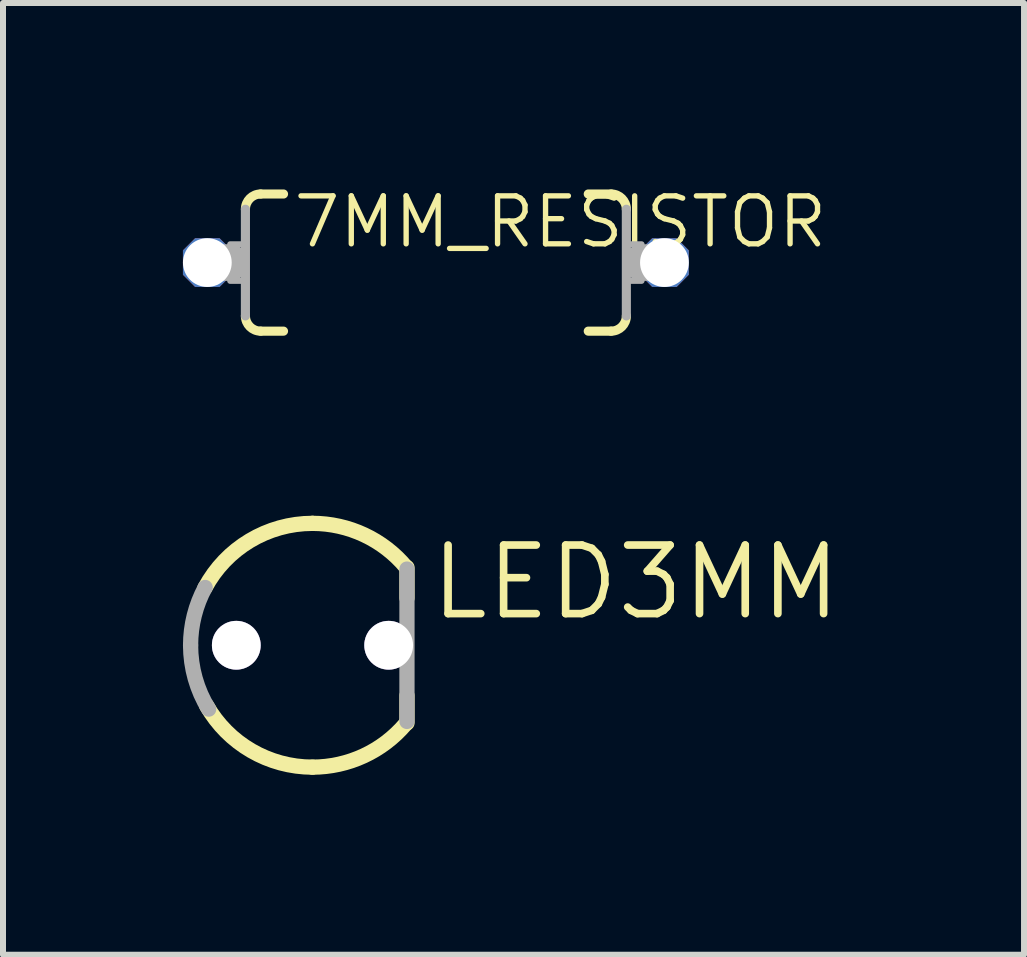
<source format=kicad_pcb>
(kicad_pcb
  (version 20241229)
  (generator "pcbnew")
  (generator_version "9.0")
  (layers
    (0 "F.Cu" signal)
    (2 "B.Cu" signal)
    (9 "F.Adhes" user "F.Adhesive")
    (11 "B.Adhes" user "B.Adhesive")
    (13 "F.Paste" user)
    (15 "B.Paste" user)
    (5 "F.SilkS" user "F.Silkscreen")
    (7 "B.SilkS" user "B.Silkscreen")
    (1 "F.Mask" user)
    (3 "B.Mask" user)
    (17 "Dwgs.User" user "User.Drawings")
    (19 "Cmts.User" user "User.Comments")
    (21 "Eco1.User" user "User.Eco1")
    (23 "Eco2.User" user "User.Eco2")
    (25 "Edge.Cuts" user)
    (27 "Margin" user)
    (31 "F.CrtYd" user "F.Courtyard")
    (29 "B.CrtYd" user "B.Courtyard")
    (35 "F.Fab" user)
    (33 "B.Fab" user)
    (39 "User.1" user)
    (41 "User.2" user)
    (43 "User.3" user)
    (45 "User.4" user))
  (footprint "LED3MM"
    (layer "F.Cu")
    (at 2.159 7.706)
    (property "Reference" "LED3MM" (at 1.905 -0.381 0) (layer "F.SilkS") (effects (font (size 1.143 1.143) (thickness 0.127)) (justify left bottom)))
    (fp_line (start 1.575 -1.295) (end 1.575 -0.787) (stroke (width 0.254) (type solid)) (layer "F.SilkS"))
    (fp_line (start 1.575 1.295) (end 1.575 0.838) (stroke (width 0.254) (type solid)) (layer "F.SilkS"))
    (fp_arc (start -1.7929 -0.9562) (mid -1.045438 -1.7424) (end 0 -2.032) (stroke (width 0.254) (type solid)) (layer "F.SilkS"))
    (fp_arc (start 0 -2.032) (mid 0.861864 -1.840173) (end 1.561 -1.3009) (stroke (width 0.254) (type solid)) (layer "F.SilkS"))
    (fp_arc (start 0 2.032) (mid -1.019924 1.757525) (end -1.7643 1.0082) (stroke (width 0.254) (type solid)) (layer "F.SilkS"))
    (fp_arc (start 1.5512 1.3126) (mid 0.854953 1.843405) (end 0 2.032) (stroke (width 0.254) (type solid)) (layer "F.SilkS"))
    (fp_line (start 1.575 1.27) (end 1.575 -1.27) (stroke (width 0.254) (type solid)) (layer "F.Fab"))
    (fp_arc (start -2.032 0) (mid -1.970339 -0.496775) (end -1.7891 -0.9634) (stroke (width 0.254) (type solid)) (layer "F.Fab"))
    (fp_arc (start -1.7306 1.065) (mid -1.95521 0.553417) (end -2.032 0) (stroke (width 0.254) (type solid)) (layer "F.Fab"))
    (pad "A" thru_hole circle (at -1.27 0) (size 0.813 0.813) (drill 0.813) (layers "*.Cu" "*.Mask"))
    (pad "K" thru_hole circle (at 1.27 0) (size 0.813 0.813) (drill 0.813) (layers "*.Cu" "*.Mask")))
  (footprint "7MM_RESISTOR"
    (layer "F.Cu")
    (at 4.216 1.327)
    (property "Reference" "7MM_RESISTOR" (at -2.421 -1.146 0) (layer "F.SilkS") (effects (font (size 0.8 0.8) (thickness 0.089)) (justify left top)))
    (fp_line (start -2.921 -1.143) (end -2.54 -1.143) (stroke (width 0.152) (type solid)) (layer "F.SilkS"))
    (fp_line (start -2.921 1.143) (end -2.54 1.143) (stroke (width 0.152) (type solid)) (layer "F.SilkS"))
    (fp_line (start 2.921 -1.143) (end 2.54 -1.143) (stroke (width 0.152) (type solid)) (layer "F.SilkS"))
    (fp_line (start 2.921 1.143) (end 2.54 1.143) (stroke (width 0.152) (type solid)) (layer "F.SilkS"))
    (fp_arc (start -3.175 -0.889) (mid -3.100605 -1.068605) (end -2.921 -1.143) (stroke (width 0.1524) (type solid)) (layer "F.SilkS"))
    (fp_arc (start -2.921 1.143) (mid -3.100605 1.068605) (end -3.175 0.889) (stroke (width 0.1524) (type solid)) (layer "F.SilkS"))
    (fp_arc (start 2.921 -1.143) (mid 3.100605 -1.068605) (end 3.175 -0.889) (stroke (width 0.1524) (type solid)) (layer "F.SilkS"))
    (fp_arc (start 3.175 0.889) (mid 3.100605 1.068605) (end 2.921 1.143) (stroke (width 0.1524) (type solid)) (layer "F.SilkS"))
    (fp_line (start -3.81 0) (end -3.429 0) (stroke (width 0.61) (type solid)) (layer "F.Fab"))
    (fp_line (start -3.175 0.889) (end -3.175 -0.889) (stroke (width 0.152) (type solid)) (layer "F.Fab"))
    (fp_line (start 3.175 0.889) (end 3.175 -0.889) (stroke (width 0.152) (type solid)) (layer "F.Fab"))
    (fp_line (start 3.429 0) (end 3.81 0) (stroke (width 0.61) (type solid)) (layer "F.Fab"))
    (fp_poly (pts (xy -3.429 0.305) (xy -3.175 0.305) (xy -3.175 -0.305) (xy -3.429 -0.305)) (stroke (width 0.1) (type solid)) (fill no) (layer "F.Fab"))
    (fp_poly (pts (xy 3.175 0.305) (xy 3.429 0.305) (xy 3.429 -0.305) (xy 3.175 -0.305)) (stroke (width 0.1) (type solid)) (fill no) (layer "F.Fab"))
    (pad "1" thru_hole roundrect (at -3.81 0) (size 0.813 0.813) (drill 0.813) (layers "*.Cu" "*.Mask") (roundrect_rratio 0.25) (chamfer_ratio 0.25) (chamfer top_left top_right bottom_left bottom_right))
    (pad "2" thru_hole roundrect (at 3.81 0) (size 0.813 0.813) (drill 0.813) (layers "*.Cu" "*.Mask") (roundrect_rratio 0.25) (chamfer_ratio 0.25) (chamfer top_left top_right bottom_left bottom_right)))
  (gr_rect
    (start -3 -3)
    (end 14.02 12.865)
    (stroke (width 0.1) (type default))
    (fill no)
    (layer "Edge.Cuts")))
</source>
